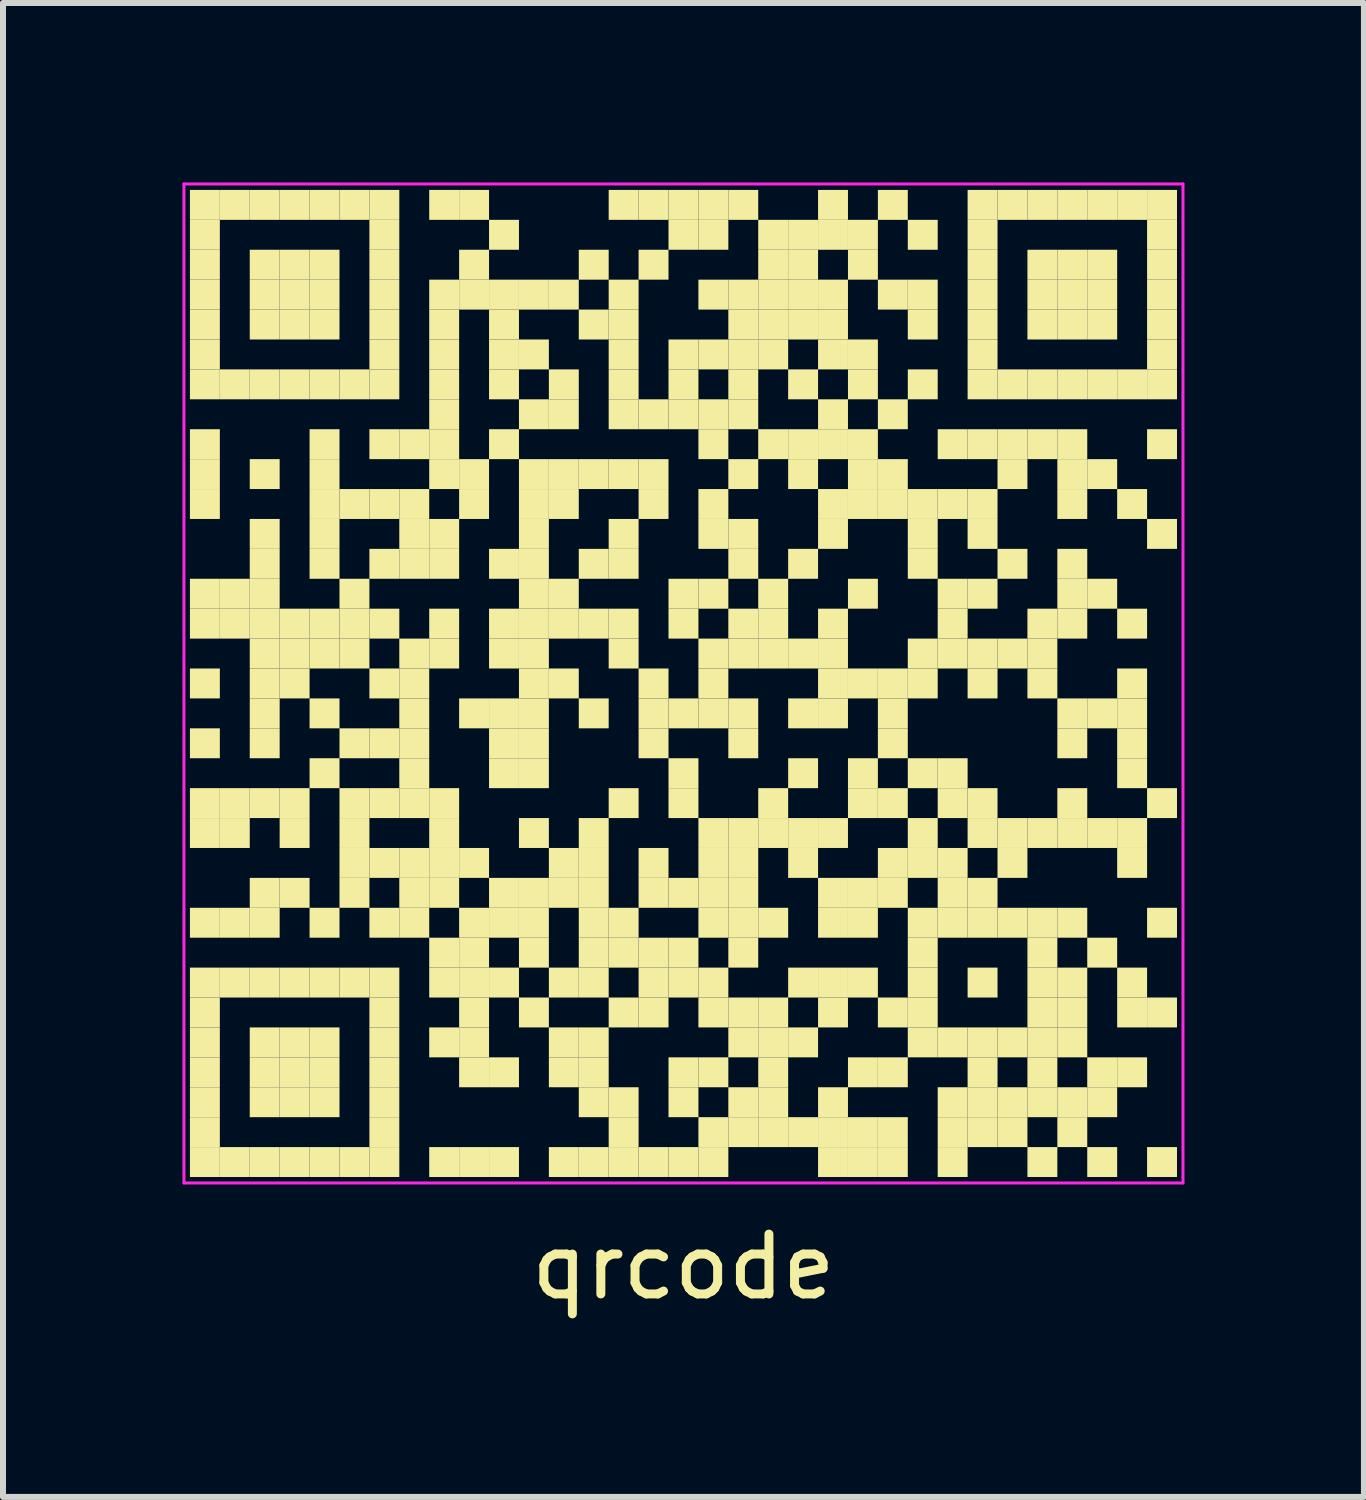
<source format=kicad_pcb>
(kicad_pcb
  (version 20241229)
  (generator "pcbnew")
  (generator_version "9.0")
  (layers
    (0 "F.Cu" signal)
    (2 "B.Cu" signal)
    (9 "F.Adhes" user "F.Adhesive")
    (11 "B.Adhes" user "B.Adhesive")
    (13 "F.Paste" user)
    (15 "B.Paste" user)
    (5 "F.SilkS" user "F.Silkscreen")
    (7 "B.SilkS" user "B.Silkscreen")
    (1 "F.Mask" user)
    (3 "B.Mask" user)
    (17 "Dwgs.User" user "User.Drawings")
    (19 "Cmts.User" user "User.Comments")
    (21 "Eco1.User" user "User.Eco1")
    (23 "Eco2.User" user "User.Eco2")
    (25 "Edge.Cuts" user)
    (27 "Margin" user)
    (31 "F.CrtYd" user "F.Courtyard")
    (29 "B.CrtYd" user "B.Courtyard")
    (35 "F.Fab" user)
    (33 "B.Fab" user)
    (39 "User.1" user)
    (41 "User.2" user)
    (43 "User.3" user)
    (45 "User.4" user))
  (footprint "qrcode"
    (layer "F.Cu")
    (at 8.375 8.375)
    (property "Reference" "qrcode" (at 0 9.75 0) (layer "F.SilkS") (effects (font (size 1 1) (thickness 0.15))))
    (fp_rect (start -8.25 -8.25) (end -7.75 -7.75) (stroke (width 0) (type default)) (fill yes) (layer "F.SilkS"))
    (fp_rect (start -8.25 -7.75) (end -7.75 -7.25) (stroke (width 0) (type default)) (fill yes) (layer "F.SilkS"))
    (fp_rect (start -8.25 -7.25) (end -7.75 -6.75) (stroke (width 0) (type default)) (fill yes) (layer "F.SilkS"))
    (fp_rect (start -8.25 -6.75) (end -7.75 -6.25) (stroke (width 0) (type default)) (fill yes) (layer "F.SilkS"))
    (fp_rect (start -8.25 -6.25) (end -7.75 -5.75) (stroke (width 0) (type default)) (fill yes) (layer "F.SilkS"))
    (fp_rect (start -8.25 -5.75) (end -7.75 -5.25) (stroke (width 0) (type default)) (fill yes) (layer "F.SilkS"))
    (fp_rect (start -8.25 -5.25) (end -7.75 -4.75) (stroke (width 0) (type default)) (fill yes) (layer "F.SilkS"))
    (fp_rect (start -8.25 -4.25) (end -7.75 -3.75) (stroke (width 0) (type default)) (fill yes) (layer "F.SilkS"))
    (fp_rect (start -8.25 -3.75) (end -7.75 -3.25) (stroke (width 0) (type default)) (fill yes) (layer "F.SilkS"))
    (fp_rect (start -8.25 -3.25) (end -7.75 -2.75) (stroke (width 0) (type default)) (fill yes) (layer "F.SilkS"))
    (fp_rect (start -8.25 -1.75) (end -7.75 -1.25) (stroke (width 0) (type default)) (fill yes) (layer "F.SilkS"))
    (fp_rect (start -8.25 -1.25) (end -7.75 -0.75) (stroke (width 0) (type default)) (fill yes) (layer "F.SilkS"))
    (fp_rect (start -8.25 -0.25) (end -7.75 0.25) (stroke (width 0) (type default)) (fill yes) (layer "F.SilkS"))
    (fp_rect (start -8.25 0.75) (end -7.75 1.25) (stroke (width 0) (type default)) (fill yes) (layer "F.SilkS"))
    (fp_rect (start -8.25 1.75) (end -7.75 2.25) (stroke (width 0) (type default)) (fill yes) (layer "F.SilkS"))
    (fp_rect (start -8.25 2.25) (end -7.75 2.75) (stroke (width 0) (type default)) (fill yes) (layer "F.SilkS"))
    (fp_rect (start -8.25 3.75) (end -7.75 4.25) (stroke (width 0) (type default)) (fill yes) (layer "F.SilkS"))
    (fp_rect (start -8.25 4.75) (end -7.75 5.25) (stroke (width 0) (type default)) (fill yes) (layer "F.SilkS"))
    (fp_rect (start -8.25 5.25) (end -7.75 5.75) (stroke (width 0) (type default)) (fill yes) (layer "F.SilkS"))
    (fp_rect (start -8.25 5.75) (end -7.75 6.25) (stroke (width 0) (type default)) (fill yes) (layer "F.SilkS"))
    (fp_rect (start -8.25 6.25) (end -7.75 6.75) (stroke (width 0) (type default)) (fill yes) (layer "F.SilkS"))
    (fp_rect (start -8.25 6.75) (end -7.75 7.25) (stroke (width 0) (type default)) (fill yes) (layer "F.SilkS"))
    (fp_rect (start -8.25 7.25) (end -7.75 7.75) (stroke (width 0) (type default)) (fill yes) (layer "F.SilkS"))
    (fp_rect (start -8.25 7.75) (end -7.75 8.25) (stroke (width 0) (type default)) (fill yes) (layer "F.SilkS"))
    (fp_rect (start -7.75 -8.25) (end -7.25 -7.75) (stroke (width 0) (type default)) (fill yes) (layer "F.SilkS"))
    (fp_rect (start -7.75 -5.25) (end -7.25 -4.75) (stroke (width 0) (type default)) (fill yes) (layer "F.SilkS"))
    (fp_rect (start -7.75 -1.75) (end -7.25 -1.25) (stroke (width 0) (type default)) (fill yes) (layer "F.SilkS"))
    (fp_rect (start -7.75 -1.25) (end -7.25 -0.75) (stroke (width 0) (type default)) (fill yes) (layer "F.SilkS"))
    (fp_rect (start -7.75 1.75) (end -7.25 2.25) (stroke (width 0) (type default)) (fill yes) (layer "F.SilkS"))
    (fp_rect (start -7.75 2.25) (end -7.25 2.75) (stroke (width 0) (type default)) (fill yes) (layer "F.SilkS"))
    (fp_rect (start -7.75 3.75) (end -7.25 4.25) (stroke (width 0) (type default)) (fill yes) (layer "F.SilkS"))
    (fp_rect (start -7.75 4.75) (end -7.25 5.25) (stroke (width 0) (type default)) (fill yes) (layer "F.SilkS"))
    (fp_rect (start -7.75 7.75) (end -7.25 8.25) (stroke (width 0) (type default)) (fill yes) (layer "F.SilkS"))
    (fp_rect (start -7.25 -8.25) (end -6.75 -7.75) (stroke (width 0) (type default)) (fill yes) (layer "F.SilkS"))
    (fp_rect (start -7.25 -7.25) (end -6.75 -6.75) (stroke (width 0) (type default)) (fill yes) (layer "F.SilkS"))
    (fp_rect (start -7.25 -6.75) (end -6.75 -6.25) (stroke (width 0) (type default)) (fill yes) (layer "F.SilkS"))
    (fp_rect (start -7.25 -6.25) (end -6.75 -5.75) (stroke (width 0) (type default)) (fill yes) (layer "F.SilkS"))
    (fp_rect (start -7.25 -5.25) (end -6.75 -4.75) (stroke (width 0) (type default)) (fill yes) (layer "F.SilkS"))
    (fp_rect (start -7.25 -3.75) (end -6.75 -3.25) (stroke (width 0) (type default)) (fill yes) (layer "F.SilkS"))
    (fp_rect (start -7.25 -2.75) (end -6.75 -2.25) (stroke (width 0) (type default)) (fill yes) (layer "F.SilkS"))
    (fp_rect (start -7.25 -2.25) (end -6.75 -1.75) (stroke (width 0) (type default)) (fill yes) (layer "F.SilkS"))
    (fp_rect (start -7.25 -1.75) (end -6.75 -1.25) (stroke (width 0) (type default)) (fill yes) (layer "F.SilkS"))
    (fp_rect (start -7.25 -1.25) (end -6.75 -0.75) (stroke (width 0) (type default)) (fill yes) (layer "F.SilkS"))
    (fp_rect (start -7.25 -0.75) (end -6.75 -0.25) (stroke (width 0) (type default)) (fill yes) (layer "F.SilkS"))
    (fp_rect (start -7.25 -0.25) (end -6.75 0.25) (stroke (width 0) (type default)) (fill yes) (layer "F.SilkS"))
    (fp_rect (start -7.25 0.25) (end -6.75 0.75) (stroke (width 0) (type default)) (fill yes) (layer "F.SilkS"))
    (fp_rect (start -7.25 0.75) (end -6.75 1.25) (stroke (width 0) (type default)) (fill yes) (layer "F.SilkS"))
    (fp_rect (start -7.25 1.75) (end -6.75 2.25) (stroke (width 0) (type default)) (fill yes) (layer "F.SilkS"))
    (fp_rect (start -7.25 3.25) (end -6.75 3.75) (stroke (width 0) (type default)) (fill yes) (layer "F.SilkS"))
    (fp_rect (start -7.25 3.75) (end -6.75 4.25) (stroke (width 0) (type default)) (fill yes) (layer "F.SilkS"))
    (fp_rect (start -7.25 4.75) (end -6.75 5.25) (stroke (width 0) (type default)) (fill yes) (layer "F.SilkS"))
    (fp_rect (start -7.25 5.75) (end -6.75 6.25) (stroke (width 0) (type default)) (fill yes) (layer "F.SilkS"))
    (fp_rect (start -7.25 6.25) (end -6.75 6.75) (stroke (width 0) (type default)) (fill yes) (layer "F.SilkS"))
    (fp_rect (start -7.25 6.75) (end -6.75 7.25) (stroke (width 0) (type default)) (fill yes) (layer "F.SilkS"))
    (fp_rect (start -7.25 7.75) (end -6.75 8.25) (stroke (width 0) (type default)) (fill yes) (layer "F.SilkS"))
    (fp_rect (start -6.75 -8.25) (end -6.25 -7.75) (stroke (width 0) (type default)) (fill yes) (layer "F.SilkS"))
    (fp_rect (start -6.75 -7.25) (end -6.25 -6.75) (stroke (width 0) (type default)) (fill yes) (layer "F.SilkS"))
    (fp_rect (start -6.75 -6.75) (end -6.25 -6.25) (stroke (width 0) (type default)) (fill yes) (layer "F.SilkS"))
    (fp_rect (start -6.75 -6.25) (end -6.25 -5.75) (stroke (width 0) (type default)) (fill yes) (layer "F.SilkS"))
    (fp_rect (start -6.75 -5.25) (end -6.25 -4.75) (stroke (width 0) (type default)) (fill yes) (layer "F.SilkS"))
    (fp_rect (start -6.75 -1.25) (end -6.25 -0.75) (stroke (width 0) (type default)) (fill yes) (layer "F.SilkS"))
    (fp_rect (start -6.75 -0.75) (end -6.25 -0.25) (stroke (width 0) (type default)) (fill yes) (layer "F.SilkS"))
    (fp_rect (start -6.75 -0.25) (end -6.25 0.25) (stroke (width 0) (type default)) (fill yes) (layer "F.SilkS"))
    (fp_rect (start -6.75 1.75) (end -6.25 2.25) (stroke (width 0) (type default)) (fill yes) (layer "F.SilkS"))
    (fp_rect (start -6.75 2.25) (end -6.25 2.75) (stroke (width 0) (type default)) (fill yes) (layer "F.SilkS"))
    (fp_rect (start -6.75 3.25) (end -6.25 3.75) (stroke (width 0) (type default)) (fill yes) (layer "F.SilkS"))
    (fp_rect (start -6.75 4.75) (end -6.25 5.25) (stroke (width 0) (type default)) (fill yes) (layer "F.SilkS"))
    (fp_rect (start -6.75 5.75) (end -6.25 6.25) (stroke (width 0) (type default)) (fill yes) (layer "F.SilkS"))
    (fp_rect (start -6.75 6.25) (end -6.25 6.75) (stroke (width 0) (type default)) (fill yes) (layer "F.SilkS"))
    (fp_rect (start -6.75 6.75) (end -6.25 7.25) (stroke (width 0) (type default)) (fill yes) (layer "F.SilkS"))
    (fp_rect (start -6.75 7.75) (end -6.25 8.25) (stroke (width 0) (type default)) (fill yes) (layer "F.SilkS"))
    (fp_rect (start -6.25 -8.25) (end -5.75 -7.75) (stroke (width 0) (type default)) (fill yes) (layer "F.SilkS"))
    (fp_rect (start -6.25 -7.25) (end -5.75 -6.75) (stroke (width 0) (type default)) (fill yes) (layer "F.SilkS"))
    (fp_rect (start -6.25 -6.75) (end -5.75 -6.25) (stroke (width 0) (type default)) (fill yes) (layer "F.SilkS"))
    (fp_rect (start -6.25 -6.25) (end -5.75 -5.75) (stroke (width 0) (type default)) (fill yes) (layer "F.SilkS"))
    (fp_rect (start -6.25 -5.25) (end -5.75 -4.75) (stroke (width 0) (type default)) (fill yes) (layer "F.SilkS"))
    (fp_rect (start -6.25 -4.25) (end -5.75 -3.75) (stroke (width 0) (type default)) (fill yes) (layer "F.SilkS"))
    (fp_rect (start -6.25 -3.75) (end -5.75 -3.25) (stroke (width 0) (type default)) (fill yes) (layer "F.SilkS"))
    (fp_rect (start -6.25 -3.25) (end -5.75 -2.75) (stroke (width 0) (type default)) (fill yes) (layer "F.SilkS"))
    (fp_rect (start -6.25 -2.75) (end -5.75 -2.25) (stroke (width 0) (type default)) (fill yes) (layer "F.SilkS"))
    (fp_rect (start -6.25 -2.25) (end -5.75 -1.75) (stroke (width 0) (type default)) (fill yes) (layer "F.SilkS"))
    (fp_rect (start -6.25 -1.25) (end -5.75 -0.75) (stroke (width 0) (type default)) (fill yes) (layer "F.SilkS"))
    (fp_rect (start -6.25 -0.75) (end -5.75 -0.25) (stroke (width 0) (type default)) (fill yes) (layer "F.SilkS"))
    (fp_rect (start -6.25 0.25) (end -5.75 0.75) (stroke (width 0) (type default)) (fill yes) (layer "F.SilkS"))
    (fp_rect (start -6.25 1.25) (end -5.75 1.75) (stroke (width 0) (type default)) (fill yes) (layer "F.SilkS"))
    (fp_rect (start -6.25 3.75) (end -5.75 4.25) (stroke (width 0) (type default)) (fill yes) (layer "F.SilkS"))
    (fp_rect (start -6.25 4.75) (end -5.75 5.25) (stroke (width 0) (type default)) (fill yes) (layer "F.SilkS"))
    (fp_rect (start -6.25 5.75) (end -5.75 6.25) (stroke (width 0) (type default)) (fill yes) (layer "F.SilkS"))
    (fp_rect (start -6.25 6.25) (end -5.75 6.75) (stroke (width 0) (type default)) (fill yes) (layer "F.SilkS"))
    (fp_rect (start -6.25 6.75) (end -5.75 7.25) (stroke (width 0) (type default)) (fill yes) (layer "F.SilkS"))
    (fp_rect (start -6.25 7.75) (end -5.75 8.25) (stroke (width 0) (type default)) (fill yes) (layer "F.SilkS"))
    (fp_rect (start -5.75 -8.25) (end -5.25 -7.75) (stroke (width 0) (type default)) (fill yes) (layer "F.SilkS"))
    (fp_rect (start -5.75 -5.25) (end -5.25 -4.75) (stroke (width 0) (type default)) (fill yes) (layer "F.SilkS"))
    (fp_rect (start -5.75 -3.25) (end -5.25 -2.75) (stroke (width 0) (type default)) (fill yes) (layer "F.SilkS"))
    (fp_rect (start -5.75 -1.75) (end -5.25 -1.25) (stroke (width 0) (type default)) (fill yes) (layer "F.SilkS"))
    (fp_rect (start -5.75 -1.25) (end -5.25 -0.75) (stroke (width 0) (type default)) (fill yes) (layer "F.SilkS"))
    (fp_rect (start -5.75 -0.75) (end -5.25 -0.25) (stroke (width 0) (type default)) (fill yes) (layer "F.SilkS"))
    (fp_rect (start -5.75 0.75) (end -5.25 1.25) (stroke (width 0) (type default)) (fill yes) (layer "F.SilkS"))
    (fp_rect (start -5.75 1.75) (end -5.25 2.25) (stroke (width 0) (type default)) (fill yes) (layer "F.SilkS"))
    (fp_rect (start -5.75 2.25) (end -5.25 2.75) (stroke (width 0) (type default)) (fill yes) (layer "F.SilkS"))
    (fp_rect (start -5.75 2.75) (end -5.25 3.25) (stroke (width 0) (type default)) (fill yes) (layer "F.SilkS"))
    (fp_rect (start -5.75 3.25) (end -5.25 3.75) (stroke (width 0) (type default)) (fill yes) (layer "F.SilkS"))
    (fp_rect (start -5.75 4.75) (end -5.25 5.25) (stroke (width 0) (type default)) (fill yes) (layer "F.SilkS"))
    (fp_rect (start -5.75 7.75) (end -5.25 8.25) (stroke (width 0) (type default)) (fill yes) (layer "F.SilkS"))
    (fp_rect (start -5.25 -8.25) (end -4.75 -7.75) (stroke (width 0) (type default)) (fill yes) (layer "F.SilkS"))
    (fp_rect (start -5.25 -7.75) (end -4.75 -7.25) (stroke (width 0) (type default)) (fill yes) (layer "F.SilkS"))
    (fp_rect (start -5.25 -7.25) (end -4.75 -6.75) (stroke (width 0) (type default)) (fill yes) (layer "F.SilkS"))
    (fp_rect (start -5.25 -6.75) (end -4.75 -6.25) (stroke (width 0) (type default)) (fill yes) (layer "F.SilkS"))
    (fp_rect (start -5.25 -6.25) (end -4.75 -5.75) (stroke (width 0) (type default)) (fill yes) (layer "F.SilkS"))
    (fp_rect (start -5.25 -5.75) (end -4.75 -5.25) (stroke (width 0) (type default)) (fill yes) (layer "F.SilkS"))
    (fp_rect (start -5.25 -5.25) (end -4.75 -4.75) (stroke (width 0) (type default)) (fill yes) (layer "F.SilkS"))
    (fp_rect (start -5.25 -4.25) (end -4.75 -3.75) (stroke (width 0) (type default)) (fill yes) (layer "F.SilkS"))
    (fp_rect (start -5.25 -3.25) (end -4.75 -2.75) (stroke (width 0) (type default)) (fill yes) (layer "F.SilkS"))
    (fp_rect (start -5.25 -2.25) (end -4.75 -1.75) (stroke (width 0) (type default)) (fill yes) (layer "F.SilkS"))
    (fp_rect (start -5.25 -1.25) (end -4.75 -0.75) (stroke (width 0) (type default)) (fill yes) (layer "F.SilkS"))
    (fp_rect (start -5.25 -0.25) (end -4.75 0.25) (stroke (width 0) (type default)) (fill yes) (layer "F.SilkS"))
    (fp_rect (start -5.25 0.75) (end -4.75 1.25) (stroke (width 0) (type default)) (fill yes) (layer "F.SilkS"))
    (fp_rect (start -5.25 1.75) (end -4.75 2.25) (stroke (width 0) (type default)) (fill yes) (layer "F.SilkS"))
    (fp_rect (start -5.25 2.75) (end -4.75 3.25) (stroke (width 0) (type default)) (fill yes) (layer "F.SilkS"))
    (fp_rect (start -5.25 3.75) (end -4.75 4.25) (stroke (width 0) (type default)) (fill yes) (layer "F.SilkS"))
    (fp_rect (start -5.25 4.75) (end -4.75 5.25) (stroke (width 0) (type default)) (fill yes) (layer "F.SilkS"))
    (fp_rect (start -5.25 5.25) (end -4.75 5.75) (stroke (width 0) (type default)) (fill yes) (layer "F.SilkS"))
    (fp_rect (start -5.25 5.75) (end -4.75 6.25) (stroke (width 0) (type default)) (fill yes) (layer "F.SilkS"))
    (fp_rect (start -5.25 6.25) (end -4.75 6.75) (stroke (width 0) (type default)) (fill yes) (layer "F.SilkS"))
    (fp_rect (start -5.25 6.75) (end -4.75 7.25) (stroke (width 0) (type default)) (fill yes) (layer "F.SilkS"))
    (fp_rect (start -5.25 7.25) (end -4.75 7.75) (stroke (width 0) (type default)) (fill yes) (layer "F.SilkS"))
    (fp_rect (start -5.25 7.75) (end -4.75 8.25) (stroke (width 0) (type default)) (fill yes) (layer "F.SilkS"))
    (fp_rect (start -4.75 -4.25) (end -4.25 -3.75) (stroke (width 0) (type default)) (fill yes) (layer "F.SilkS"))
    (fp_rect (start -4.75 -3.25) (end -4.25 -2.75) (stroke (width 0) (type default)) (fill yes) (layer "F.SilkS"))
    (fp_rect (start -4.75 -2.75) (end -4.25 -2.25) (stroke (width 0) (type default)) (fill yes) (layer "F.SilkS"))
    (fp_rect (start -4.75 -2.25) (end -4.25 -1.75) (stroke (width 0) (type default)) (fill yes) (layer "F.SilkS"))
    (fp_rect (start -4.75 -0.75) (end -4.25 -0.25) (stroke (width 0) (type default)) (fill yes) (layer "F.SilkS"))
    (fp_rect (start -4.75 -0.25) (end -4.25 0.25) (stroke (width 0) (type default)) (fill yes) (layer "F.SilkS"))
    (fp_rect (start -4.75 0.25) (end -4.25 0.75) (stroke (width 0) (type default)) (fill yes) (layer "F.SilkS"))
    (fp_rect (start -4.75 0.75) (end -4.25 1.25) (stroke (width 0) (type default)) (fill yes) (layer "F.SilkS"))
    (fp_rect (start -4.75 1.25) (end -4.25 1.75) (stroke (width 0) (type default)) (fill yes) (layer "F.SilkS"))
    (fp_rect (start -4.75 1.75) (end -4.25 2.25) (stroke (width 0) (type default)) (fill yes) (layer "F.SilkS"))
    (fp_rect (start -4.75 2.75) (end -4.25 3.25) (stroke (width 0) (type default)) (fill yes) (layer "F.SilkS"))
    (fp_rect (start -4.75 3.25) (end -4.25 3.75) (stroke (width 0) (type default)) (fill yes) (layer "F.SilkS"))
    (fp_rect (start -4.75 3.75) (end -4.25 4.25) (stroke (width 0) (type default)) (fill yes) (layer "F.SilkS"))
    (fp_rect (start -4.25 -8.25) (end -3.75 -7.75) (stroke (width 0) (type default)) (fill yes) (layer "F.SilkS"))
    (fp_rect (start -4.25 -6.75) (end -3.75 -6.25) (stroke (width 0) (type default)) (fill yes) (layer "F.SilkS"))
    (fp_rect (start -4.25 -6.25) (end -3.75 -5.75) (stroke (width 0) (type default)) (fill yes) (layer "F.SilkS"))
    (fp_rect (start -4.25 -5.75) (end -3.75 -5.25) (stroke (width 0) (type default)) (fill yes) (layer "F.SilkS"))
    (fp_rect (start -4.25 -5.25) (end -3.75 -4.75) (stroke (width 0) (type default)) (fill yes) (layer "F.SilkS"))
    (fp_rect (start -4.25 -4.75) (end -3.75 -4.25) (stroke (width 0) (type default)) (fill yes) (layer "F.SilkS"))
    (fp_rect (start -4.25 -4.25) (end -3.75 -3.75) (stroke (width 0) (type default)) (fill yes) (layer "F.SilkS"))
    (fp_rect (start -4.25 -3.75) (end -3.75 -3.25) (stroke (width 0) (type default)) (fill yes) (layer "F.SilkS"))
    (fp_rect (start -4.25 -2.75) (end -3.75 -2.25) (stroke (width 0) (type default)) (fill yes) (layer "F.SilkS"))
    (fp_rect (start -4.25 -2.25) (end -3.75 -1.75) (stroke (width 0) (type default)) (fill yes) (layer "F.SilkS"))
    (fp_rect (start -4.25 -1.25) (end -3.75 -0.75) (stroke (width 0) (type default)) (fill yes) (layer "F.SilkS"))
    (fp_rect (start -4.25 -0.75) (end -3.75 -0.25) (stroke (width 0) (type default)) (fill yes) (layer "F.SilkS"))
    (fp_rect (start -4.25 1.75) (end -3.75 2.25) (stroke (width 0) (type default)) (fill yes) (layer "F.SilkS"))
    (fp_rect (start -4.25 2.25) (end -3.75 2.75) (stroke (width 0) (type default)) (fill yes) (layer "F.SilkS"))
    (fp_rect (start -4.25 2.75) (end -3.75 3.25) (stroke (width 0) (type default)) (fill yes) (layer "F.SilkS"))
    (fp_rect (start -4.25 3.25) (end -3.75 3.75) (stroke (width 0) (type default)) (fill yes) (layer "F.SilkS"))
    (fp_rect (start -4.25 4.25) (end -3.75 4.75) (stroke (width 0) (type default)) (fill yes) (layer "F.SilkS"))
    (fp_rect (start -4.25 4.75) (end -3.75 5.25) (stroke (width 0) (type default)) (fill yes) (layer "F.SilkS"))
    (fp_rect (start -4.25 5.75) (end -3.75 6.25) (stroke (width 0) (type default)) (fill yes) (layer "F.SilkS"))
    (fp_rect (start -4.25 7.75) (end -3.75 8.25) (stroke (width 0) (type default)) (fill yes) (layer "F.SilkS"))
    (fp_rect (start -3.75 -8.25) (end -3.25 -7.75) (stroke (width 0) (type default)) (fill yes) (layer "F.SilkS"))
    (fp_rect (start -3.75 -7.25) (end -3.25 -6.75) (stroke (width 0) (type default)) (fill yes) (layer "F.SilkS"))
    (fp_rect (start -3.75 -6.75) (end -3.25 -6.25) (stroke (width 0) (type default)) (fill yes) (layer "F.SilkS"))
    (fp_rect (start -3.75 -3.75) (end -3.25 -3.25) (stroke (width 0) (type default)) (fill yes) (layer "F.SilkS"))
    (fp_rect (start -3.75 -3.25) (end -3.25 -2.75) (stroke (width 0) (type default)) (fill yes) (layer "F.SilkS"))
    (fp_rect (start -3.75 0.25) (end -3.25 0.75) (stroke (width 0) (type default)) (fill yes) (layer "F.SilkS"))
    (fp_rect (start -3.75 2.75) (end -3.25 3.25) (stroke (width 0) (type default)) (fill yes) (layer "F.SilkS"))
    (fp_rect (start -3.75 3.75) (end -3.25 4.25) (stroke (width 0) (type default)) (fill yes) (layer "F.SilkS"))
    (fp_rect (start -3.75 4.25) (end -3.25 4.75) (stroke (width 0) (type default)) (fill yes) (layer "F.SilkS"))
    (fp_rect (start -3.75 4.75) (end -3.25 5.25) (stroke (width 0) (type default)) (fill yes) (layer "F.SilkS"))
    (fp_rect (start -3.75 5.25) (end -3.25 5.75) (stroke (width 0) (type default)) (fill yes) (layer "F.SilkS"))
    (fp_rect (start -3.75 5.75) (end -3.25 6.25) (stroke (width 0) (type default)) (fill yes) (layer "F.SilkS"))
    (fp_rect (start -3.75 6.25) (end -3.25 6.75) (stroke (width 0) (type default)) (fill yes) (layer "F.SilkS"))
    (fp_rect (start -3.75 7.75) (end -3.25 8.25) (stroke (width 0) (type default)) (fill yes) (layer "F.SilkS"))
    (fp_rect (start -3.25 -7.75) (end -2.75 -7.25) (stroke (width 0) (type default)) (fill yes) (layer "F.SilkS"))
    (fp_rect (start -3.25 -6.75) (end -2.75 -6.25) (stroke (width 0) (type default)) (fill yes) (layer "F.SilkS"))
    (fp_rect (start -3.25 -6.25) (end -2.75 -5.75) (stroke (width 0) (type default)) (fill yes) (layer "F.SilkS"))
    (fp_rect (start -3.25 -5.75) (end -2.75 -5.25) (stroke (width 0) (type default)) (fill yes) (layer "F.SilkS"))
    (fp_rect (start -3.25 -5.25) (end -2.75 -4.75) (stroke (width 0) (type default)) (fill yes) (layer "F.SilkS"))
    (fp_rect (start -3.25 -4.25) (end -2.75 -3.75) (stroke (width 0) (type default)) (fill yes) (layer "F.SilkS"))
    (fp_rect (start -3.25 -2.25) (end -2.75 -1.75) (stroke (width 0) (type default)) (fill yes) (layer "F.SilkS"))
    (fp_rect (start -3.25 -1.25) (end -2.75 -0.75) (stroke (width 0) (type default)) (fill yes) (layer "F.SilkS"))
    (fp_rect (start -3.25 -0.75) (end -2.75 -0.25) (stroke (width 0) (type default)) (fill yes) (layer "F.SilkS"))
    (fp_rect (start -3.25 0.25) (end -2.75 0.75) (stroke (width 0) (type default)) (fill yes) (layer "F.SilkS"))
    (fp_rect (start -3.25 0.75) (end -2.75 1.25) (stroke (width 0) (type default)) (fill yes) (layer "F.SilkS"))
    (fp_rect (start -3.25 1.25) (end -2.75 1.75) (stroke (width 0) (type default)) (fill yes) (layer "F.SilkS"))
    (fp_rect (start -3.25 3.25) (end -2.75 3.75) (stroke (width 0) (type default)) (fill yes) (layer "F.SilkS"))
    (fp_rect (start -3.25 3.75) (end -2.75 4.25) (stroke (width 0) (type default)) (fill yes) (layer "F.SilkS"))
    (fp_rect (start -3.25 4.75) (end -2.75 5.25) (stroke (width 0) (type default)) (fill yes) (layer "F.SilkS"))
    (fp_rect (start -3.25 6.25) (end -2.75 6.75) (stroke (width 0) (type default)) (fill yes) (layer "F.SilkS"))
    (fp_rect (start -3.25 7.75) (end -2.75 8.25) (stroke (width 0) (type default)) (fill yes) (layer "F.SilkS"))
    (fp_rect (start -2.75 -6.75) (end -2.25 -6.25) (stroke (width 0) (type default)) (fill yes) (layer "F.SilkS"))
    (fp_rect (start -2.75 -5.75) (end -2.25 -5.25) (stroke (width 0) (type default)) (fill yes) (layer "F.SilkS"))
    (fp_rect (start -2.75 -4.75) (end -2.25 -4.25) (stroke (width 0) (type default)) (fill yes) (layer "F.SilkS"))
    (fp_rect (start -2.75 -3.75) (end -2.25 -3.25) (stroke (width 0) (type default)) (fill yes) (layer "F.SilkS"))
    (fp_rect (start -2.75 -3.25) (end -2.25 -2.75) (stroke (width 0) (type default)) (fill yes) (layer "F.SilkS"))
    (fp_rect (start -2.75 -2.75) (end -2.25 -2.25) (stroke (width 0) (type default)) (fill yes) (layer "F.SilkS"))
    (fp_rect (start -2.75 -2.25) (end -2.25 -1.75) (stroke (width 0) (type default)) (fill yes) (layer "F.SilkS"))
    (fp_rect (start -2.75 -1.75) (end -2.25 -1.25) (stroke (width 0) (type default)) (fill yes) (layer "F.SilkS"))
    (fp_rect (start -2.75 -1.25) (end -2.25 -0.75) (stroke (width 0) (type default)) (fill yes) (layer "F.SilkS"))
    (fp_rect (start -2.75 -0.75) (end -2.25 -0.25) (stroke (width 0) (type default)) (fill yes) (layer "F.SilkS"))
    (fp_rect (start -2.75 -0.25) (end -2.25 0.25) (stroke (width 0) (type default)) (fill yes) (layer "F.SilkS"))
    (fp_rect (start -2.75 0.25) (end -2.25 0.75) (stroke (width 0) (type default)) (fill yes) (layer "F.SilkS"))
    (fp_rect (start -2.75 0.75) (end -2.25 1.25) (stroke (width 0) (type default)) (fill yes) (layer "F.SilkS"))
    (fp_rect (start -2.75 1.25) (end -2.25 1.75) (stroke (width 0) (type default)) (fill yes) (layer "F.SilkS"))
    (fp_rect (start -2.75 2.25) (end -2.25 2.75) (stroke (width 0) (type default)) (fill yes) (layer "F.SilkS"))
    (fp_rect (start -2.75 3.25) (end -2.25 3.75) (stroke (width 0) (type default)) (fill yes) (layer "F.SilkS"))
    (fp_rect (start -2.75 3.75) (end -2.25 4.25) (stroke (width 0) (type default)) (fill yes) (layer "F.SilkS"))
    (fp_rect (start -2.75 4.25) (end -2.25 4.75) (stroke (width 0) (type default)) (fill yes) (layer "F.SilkS"))
    (fp_rect (start -2.75 5.25) (end -2.25 5.75) (stroke (width 0) (type default)) (fill yes) (layer "F.SilkS"))
    (fp_rect (start -2.25 -6.75) (end -1.75 -6.25) (stroke (width 0) (type default)) (fill yes) (layer "F.SilkS"))
    (fp_rect (start -2.25 -5.25) (end -1.75 -4.75) (stroke (width 0) (type default)) (fill yes) (layer "F.SilkS"))
    (fp_rect (start -2.25 -4.75) (end -1.75 -4.25) (stroke (width 0) (type default)) (fill yes) (layer "F.SilkS"))
    (fp_rect (start -2.25 -3.75) (end -1.75 -3.25) (stroke (width 0) (type default)) (fill yes) (layer "F.SilkS"))
    (fp_rect (start -2.25 -3.25) (end -1.75 -2.75) (stroke (width 0) (type default)) (fill yes) (layer "F.SilkS"))
    (fp_rect (start -2.25 -1.75) (end -1.75 -1.25) (stroke (width 0) (type default)) (fill yes) (layer "F.SilkS"))
    (fp_rect (start -2.25 -1.25) (end -1.75 -0.75) (stroke (width 0) (type default)) (fill yes) (layer "F.SilkS"))
    (fp_rect (start -2.25 -0.25) (end -1.75 0.25) (stroke (width 0) (type default)) (fill yes) (layer "F.SilkS"))
    (fp_rect (start -2.25 2.75) (end -1.75 3.25) (stroke (width 0) (type default)) (fill yes) (layer "F.SilkS"))
    (fp_rect (start -2.25 3.25) (end -1.75 3.75) (stroke (width 0) (type default)) (fill yes) (layer "F.SilkS"))
    (fp_rect (start -2.25 4.75) (end -1.75 5.25) (stroke (width 0) (type default)) (fill yes) (layer "F.SilkS"))
    (fp_rect (start -2.25 5.75) (end -1.75 6.25) (stroke (width 0) (type default)) (fill yes) (layer "F.SilkS"))
    (fp_rect (start -2.25 6.25) (end -1.75 6.75) (stroke (width 0) (type default)) (fill yes) (layer "F.SilkS"))
    (fp_rect (start -2.25 7.75) (end -1.75 8.25) (stroke (width 0) (type default)) (fill yes) (layer "F.SilkS"))
    (fp_rect (start -1.75 -7.25) (end -1.25 -6.75) (stroke (width 0) (type default)) (fill yes) (layer "F.SilkS"))
    (fp_rect (start -1.75 -6.25) (end -1.25 -5.75) (stroke (width 0) (type default)) (fill yes) (layer "F.SilkS"))
    (fp_rect (start -1.75 -3.75) (end -1.25 -3.25) (stroke (width 0) (type default)) (fill yes) (layer "F.SilkS"))
    (fp_rect (start -1.75 -2.25) (end -1.25 -1.75) (stroke (width 0) (type default)) (fill yes) (layer "F.SilkS"))
    (fp_rect (start -1.75 -1.25) (end -1.25 -0.75) (stroke (width 0) (type default)) (fill yes) (layer "F.SilkS"))
    (fp_rect (start -1.75 0.25) (end -1.25 0.75) (stroke (width 0) (type default)) (fill yes) (layer "F.SilkS"))
    (fp_rect (start -1.75 2.25) (end -1.25 2.75) (stroke (width 0) (type default)) (fill yes) (layer "F.SilkS"))
    (fp_rect (start -1.75 2.75) (end -1.25 3.25) (stroke (width 0) (type default)) (fill yes) (layer "F.SilkS"))
    (fp_rect (start -1.75 3.25) (end -1.25 3.75) (stroke (width 0) (type default)) (fill yes) (layer "F.SilkS"))
    (fp_rect (start -1.75 3.75) (end -1.25 4.25) (stroke (width 0) (type default)) (fill yes) (layer "F.SilkS"))
    (fp_rect (start -1.75 4.25) (end -1.25 4.75) (stroke (width 0) (type default)) (fill yes) (layer "F.SilkS"))
    (fp_rect (start -1.75 4.75) (end -1.25 5.25) (stroke (width 0) (type default)) (fill yes) (layer "F.SilkS"))
    (fp_rect (start -1.75 5.75) (end -1.25 6.25) (stroke (width 0) (type default)) (fill yes) (layer "F.SilkS"))
    (fp_rect (start -1.75 6.25) (end -1.25 6.75) (stroke (width 0) (type default)) (fill yes) (layer "F.SilkS"))
    (fp_rect (start -1.75 6.75) (end -1.25 7.25) (stroke (width 0) (type default)) (fill yes) (layer "F.SilkS"))
    (fp_rect (start -1.75 7.75) (end -1.25 8.25) (stroke (width 0) (type default)) (fill yes) (layer "F.SilkS"))
    (fp_rect (start -1.25 -8.25) (end -0.75 -7.75) (stroke (width 0) (type default)) (fill yes) (layer "F.SilkS"))
    (fp_rect (start -1.25 -6.75) (end -0.75 -6.25) (stroke (width 0) (type default)) (fill yes) (layer "F.SilkS"))
    (fp_rect (start -1.25 -6.25) (end -0.75 -5.75) (stroke (width 0) (type default)) (fill yes) (layer "F.SilkS"))
    (fp_rect (start -1.25 -5.75) (end -0.75 -5.25) (stroke (width 0) (type default)) (fill yes) (layer "F.SilkS"))
    (fp_rect (start -1.25 -5.25) (end -0.75 -4.75) (stroke (width 0) (type default)) (fill yes) (layer "F.SilkS"))
    (fp_rect (start -1.25 -4.75) (end -0.75 -4.25) (stroke (width 0) (type default)) (fill yes) (layer "F.SilkS"))
    (fp_rect (start -1.25 -3.75) (end -0.75 -3.25) (stroke (width 0) (type default)) (fill yes) (layer "F.SilkS"))
    (fp_rect (start -1.25 -2.75) (end -0.75 -2.25) (stroke (width 0) (type default)) (fill yes) (layer "F.SilkS"))
    (fp_rect (start -1.25 -2.25) (end -0.75 -1.75) (stroke (width 0) (type default)) (fill yes) (layer "F.SilkS"))
    (fp_rect (start -1.25 -1.25) (end -0.75 -0.75) (stroke (width 0) (type default)) (fill yes) (layer "F.SilkS"))
    (fp_rect (start -1.25 -0.75) (end -0.75 -0.25) (stroke (width 0) (type default)) (fill yes) (layer "F.SilkS"))
    (fp_rect (start -1.25 1.75) (end -0.75 2.25) (stroke (width 0) (type default)) (fill yes) (layer "F.SilkS"))
    (fp_rect (start -1.25 3.75) (end -0.75 4.25) (stroke (width 0) (type default)) (fill yes) (layer "F.SilkS"))
    (fp_rect (start -1.25 4.25) (end -0.75 4.75) (stroke (width 0) (type default)) (fill yes) (layer "F.SilkS"))
    (fp_rect (start -1.25 5.25) (end -0.75 5.75) (stroke (width 0) (type default)) (fill yes) (layer "F.SilkS"))
    (fp_rect (start -1.25 6.75) (end -0.75 7.25) (stroke (width 0) (type default)) (fill yes) (layer "F.SilkS"))
    (fp_rect (start -1.25 7.25) (end -0.75 7.75) (stroke (width 0) (type default)) (fill yes) (layer "F.SilkS"))
    (fp_rect (start -1.25 7.75) (end -0.75 8.25) (stroke (width 0) (type default)) (fill yes) (layer "F.SilkS"))
    (fp_rect (start -0.75 -8.25) (end -0.25 -7.75) (stroke (width 0) (type default)) (fill yes) (layer "F.SilkS"))
    (fp_rect (start -0.75 -7.25) (end -0.25 -6.75) (stroke (width 0) (type default)) (fill yes) (layer "F.SilkS"))
    (fp_rect (start -0.75 -4.75) (end -0.25 -4.25) (stroke (width 0) (type default)) (fill yes) (layer "F.SilkS"))
    (fp_rect (start -0.75 -3.75) (end -0.25 -3.25) (stroke (width 0) (type default)) (fill yes) (layer "F.SilkS"))
    (fp_rect (start -0.75 -3.25) (end -0.25 -2.75) (stroke (width 0) (type default)) (fill yes) (layer "F.SilkS"))
    (fp_rect (start -0.75 -0.25) (end -0.25 0.25) (stroke (width 0) (type default)) (fill yes) (layer "F.SilkS"))
    (fp_rect (start -0.75 0.25) (end -0.25 0.75) (stroke (width 0) (type default)) (fill yes) (layer "F.SilkS"))
    (fp_rect (start -0.75 0.75) (end -0.25 1.25) (stroke (width 0) (type default)) (fill yes) (layer "F.SilkS"))
    (fp_rect (start -0.75 2.75) (end -0.25 3.25) (stroke (width 0) (type default)) (fill yes) (layer "F.SilkS"))
    (fp_rect (start -0.75 3.25) (end -0.25 3.75) (stroke (width 0) (type default)) (fill yes) (layer "F.SilkS"))
    (fp_rect (start -0.75 4.25) (end -0.25 4.75) (stroke (width 0) (type default)) (fill yes) (layer "F.SilkS"))
    (fp_rect (start -0.75 4.75) (end -0.25 5.25) (stroke (width 0) (type default)) (fill yes) (layer "F.SilkS"))
    (fp_rect (start -0.75 5.25) (end -0.25 5.75) (stroke (width 0) (type default)) (fill yes) (layer "F.SilkS"))
    (fp_rect (start -0.75 7.75) (end -0.25 8.25) (stroke (width 0) (type default)) (fill yes) (layer "F.SilkS"))
    (fp_rect (start -0.25 -8.25) (end 0.25 -7.75) (stroke (width 0) (type default)) (fill yes) (layer "F.SilkS"))
    (fp_rect (start -0.25 -7.75) (end 0.25 -7.25) (stroke (width 0) (type default)) (fill yes) (layer "F.SilkS"))
    (fp_rect (start -0.25 -5.75) (end 0.25 -5.25) (stroke (width 0) (type default)) (fill yes) (layer "F.SilkS"))
    (fp_rect (start -0.25 -5.25) (end 0.25 -4.75) (stroke (width 0) (type default)) (fill yes) (layer "F.SilkS"))
    (fp_rect (start -0.25 -4.75) (end 0.25 -4.25) (stroke (width 0) (type default)) (fill yes) (layer "F.SilkS"))
    (fp_rect (start -0.25 -1.75) (end 0.25 -1.25) (stroke (width 0) (type default)) (fill yes) (layer "F.SilkS"))
    (fp_rect (start -0.25 -1.25) (end 0.25 -0.75) (stroke (width 0) (type default)) (fill yes) (layer "F.SilkS"))
    (fp_rect (start -0.25 0.25) (end 0.25 0.75) (stroke (width 0) (type default)) (fill yes) (layer "F.SilkS"))
    (fp_rect (start -0.25 1.25) (end 0.25 1.75) (stroke (width 0) (type default)) (fill yes) (layer "F.SilkS"))
    (fp_rect (start -0.25 1.75) (end 0.25 2.25) (stroke (width 0) (type default)) (fill yes) (layer "F.SilkS"))
    (fp_rect (start -0.25 3.25) (end 0.25 3.75) (stroke (width 0) (type default)) (fill yes) (layer "F.SilkS"))
    (fp_rect (start -0.25 4.25) (end 0.25 4.75) (stroke (width 0) (type default)) (fill yes) (layer "F.SilkS"))
    (fp_rect (start -0.25 4.75) (end 0.25 5.25) (stroke (width 0) (type default)) (fill yes) (layer "F.SilkS"))
    (fp_rect (start -0.25 6.25) (end 0.25 6.75) (stroke (width 0) (type default)) (fill yes) (layer "F.SilkS"))
    (fp_rect (start -0.25 6.75) (end 0.25 7.25) (stroke (width 0) (type default)) (fill yes) (layer "F.SilkS"))
    (fp_rect (start -0.25 7.75) (end 0.25 8.25) (stroke (width 0) (type default)) (fill yes) (layer "F.SilkS"))
    (fp_rect (start 0.25 -8.25) (end 0.75 -7.75) (stroke (width 0) (type default)) (fill yes) (layer "F.SilkS"))
    (fp_rect (start 0.25 -7.75) (end 0.75 -7.25) (stroke (width 0) (type default)) (fill yes) (layer "F.SilkS"))
    (fp_rect (start 0.25 -6.75) (end 0.75 -6.25) (stroke (width 0) (type default)) (fill yes) (layer "F.SilkS"))
    (fp_rect (start 0.25 -5.75) (end 0.75 -5.25) (stroke (width 0) (type default)) (fill yes) (layer "F.SilkS"))
    (fp_rect (start 0.25 -4.75) (end 0.75 -4.25) (stroke (width 0) (type default)) (fill yes) (layer "F.SilkS"))
    (fp_rect (start 0.25 -4.25) (end 0.75 -3.75) (stroke (width 0) (type default)) (fill yes) (layer "F.SilkS"))
    (fp_rect (start 0.25 -3.25) (end 0.75 -2.75) (stroke (width 0) (type default)) (fill yes) (layer "F.SilkS"))
    (fp_rect (start 0.25 -2.75) (end 0.75 -2.25) (stroke (width 0) (type default)) (fill yes) (layer "F.SilkS"))
    (fp_rect (start 0.25 -1.75) (end 0.75 -1.25) (stroke (width 0) (type default)) (fill yes) (layer "F.SilkS"))
    (fp_rect (start 0.25 -0.75) (end 0.75 -0.25) (stroke (width 0) (type default)) (fill yes) (layer "F.SilkS"))
    (fp_rect (start 0.25 -0.25) (end 0.75 0.25) (stroke (width 0) (type default)) (fill yes) (layer "F.SilkS"))
    (fp_rect (start 0.25 0.25) (end 0.75 0.75) (stroke (width 0) (type default)) (fill yes) (layer "F.SilkS"))
    (fp_rect (start 0.25 2.25) (end 0.75 2.75) (stroke (width 0) (type default)) (fill yes) (layer "F.SilkS"))
    (fp_rect (start 0.25 2.75) (end 0.75 3.25) (stroke (width 0) (type default)) (fill yes) (layer "F.SilkS"))
    (fp_rect (start 0.25 3.25) (end 0.75 3.75) (stroke (width 0) (type default)) (fill yes) (layer "F.SilkS"))
    (fp_rect (start 0.25 3.75) (end 0.75 4.25) (stroke (width 0) (type default)) (fill yes) (layer "F.SilkS"))
    (fp_rect (start 0.25 4.75) (end 0.75 5.25) (stroke (width 0) (type default)) (fill yes) (layer "F.SilkS"))
    (fp_rect (start 0.25 5.25) (end 0.75 5.75) (stroke (width 0) (type default)) (fill yes) (layer "F.SilkS"))
    (fp_rect (start 0.25 6.25) (end 0.75 6.75) (stroke (width 0) (type default)) (fill yes) (layer "F.SilkS"))
    (fp_rect (start 0.25 7.25) (end 0.75 7.75) (stroke (width 0) (type default)) (fill yes) (layer "F.SilkS"))
    (fp_rect (start 0.25 7.75) (end 0.75 8.25) (stroke (width 0) (type default)) (fill yes) (layer "F.SilkS"))
    (fp_rect (start 0.75 -8.25) (end 1.25 -7.75) (stroke (width 0) (type default)) (fill yes) (layer "F.SilkS"))
    (fp_rect (start 0.75 -6.75) (end 1.25 -6.25) (stroke (width 0) (type default)) (fill yes) (layer "F.SilkS"))
    (fp_rect (start 0.75 -6.25) (end 1.25 -5.75) (stroke (width 0) (type default)) (fill yes) (layer "F.SilkS"))
    (fp_rect (start 0.75 -5.75) (end 1.25 -5.25) (stroke (width 0) (type default)) (fill yes) (layer "F.SilkS"))
    (fp_rect (start 0.75 -5.25) (end 1.25 -4.75) (stroke (width 0) (type default)) (fill yes) (layer "F.SilkS"))
    (fp_rect (start 0.75 -4.75) (end 1.25 -4.25) (stroke (width 0) (type default)) (fill yes) (layer "F.SilkS"))
    (fp_rect (start 0.75 -3.75) (end 1.25 -3.25) (stroke (width 0) (type default)) (fill yes) (layer "F.SilkS"))
    (fp_rect (start 0.75 -2.75) (end 1.25 -2.25) (stroke (width 0) (type default)) (fill yes) (layer "F.SilkS"))
    (fp_rect (start 0.75 -2.25) (end 1.25 -1.75) (stroke (width 0) (type default)) (fill yes) (layer "F.SilkS"))
    (fp_rect (start 0.75 -1.25) (end 1.25 -0.75) (stroke (width 0) (type default)) (fill yes) (layer "F.SilkS"))
    (fp_rect (start 0.75 -0.75) (end 1.25 -0.25) (stroke (width 0) (type default)) (fill yes) (layer "F.SilkS"))
    (fp_rect (start 0.75 0.25) (end 1.25 0.75) (stroke (width 0) (type default)) (fill yes) (layer "F.SilkS"))
    (fp_rect (start 0.75 0.75) (end 1.25 1.25) (stroke (width 0) (type default)) (fill yes) (layer "F.SilkS"))
    (fp_rect (start 0.75 2.25) (end 1.25 2.75) (stroke (width 0) (type default)) (fill yes) (layer "F.SilkS"))
    (fp_rect (start 0.75 2.75) (end 1.25 3.25) (stroke (width 0) (type default)) (fill yes) (layer "F.SilkS"))
    (fp_rect (start 0.75 3.25) (end 1.25 3.75) (stroke (width 0) (type default)) (fill yes) (layer "F.SilkS"))
    (fp_rect (start 0.75 3.75) (end 1.25 4.25) (stroke (width 0) (type default)) (fill yes) (layer "F.SilkS"))
    (fp_rect (start 0.75 4.25) (end 1.25 4.75) (stroke (width 0) (type default)) (fill yes) (layer "F.SilkS"))
    (fp_rect (start 0.75 5.25) (end 1.25 5.75) (stroke (width 0) (type default)) (fill yes) (layer "F.SilkS"))
    (fp_rect (start 0.75 5.75) (end 1.25 6.25) (stroke (width 0) (type default)) (fill yes) (layer "F.SilkS"))
    (fp_rect (start 0.75 6.75) (end 1.25 7.25) (stroke (width 0) (type default)) (fill yes) (layer "F.SilkS"))
    (fp_rect (start 0.75 7.25) (end 1.25 7.75) (stroke (width 0) (type default)) (fill yes) (layer "F.SilkS"))
    (fp_rect (start 1.25 -7.75) (end 1.75 -7.25) (stroke (width 0) (type default)) (fill yes) (layer "F.SilkS"))
    (fp_rect (start 1.25 -7.25) (end 1.75 -6.75) (stroke (width 0) (type default)) (fill yes) (layer "F.SilkS"))
    (fp_rect (start 1.25 -6.75) (end 1.75 -6.25) (stroke (width 0) (type default)) (fill yes) (layer "F.SilkS"))
    (fp_rect (start 1.25 -6.25) (end 1.75 -5.75) (stroke (width 0) (type default)) (fill yes) (layer "F.SilkS"))
    (fp_rect (start 1.25 -5.75) (end 1.75 -5.25) (stroke (width 0) (type default)) (fill yes) (layer "F.SilkS"))
    (fp_rect (start 1.25 -4.25) (end 1.75 -3.75) (stroke (width 0) (type default)) (fill yes) (layer "F.SilkS"))
    (fp_rect (start 1.25 -1.75) (end 1.75 -1.25) (stroke (width 0) (type default)) (fill yes) (layer "F.SilkS"))
    (fp_rect (start 1.25 -1.25) (end 1.75 -0.75) (stroke (width 0) (type default)) (fill yes) (layer "F.SilkS"))
    (fp_rect (start 1.25 -0.75) (end 1.75 -0.25) (stroke (width 0) (type default)) (fill yes) (layer "F.SilkS"))
    (fp_rect (start 1.25 1.75) (end 1.75 2.25) (stroke (width 0) (type default)) (fill yes) (layer "F.SilkS"))
    (fp_rect (start 1.25 2.25) (end 1.75 2.75) (stroke (width 0) (type default)) (fill yes) (layer "F.SilkS"))
    (fp_rect (start 1.25 3.75) (end 1.75 4.25) (stroke (width 0) (type default)) (fill yes) (layer "F.SilkS"))
    (fp_rect (start 1.25 5.25) (end 1.75 5.75) (stroke (width 0) (type default)) (fill yes) (layer "F.SilkS"))
    (fp_rect (start 1.25 5.75) (end 1.75 6.25) (stroke (width 0) (type default)) (fill yes) (layer "F.SilkS"))
    (fp_rect (start 1.25 6.25) (end 1.75 6.75) (stroke (width 0) (type default)) (fill yes) (layer "F.SilkS"))
    (fp_rect (start 1.25 6.75) (end 1.75 7.25) (stroke (width 0) (type default)) (fill yes) (layer "F.SilkS"))
    (fp_rect (start 1.25 7.25) (end 1.75 7.75) (stroke (width 0) (type default)) (fill yes) (layer "F.SilkS"))
    (fp_rect (start 1.75 -7.75) (end 2.25 -7.25) (stroke (width 0) (type default)) (fill yes) (layer "F.SilkS"))
    (fp_rect (start 1.75 -7.25) (end 2.25 -6.75) (stroke (width 0) (type default)) (fill yes) (layer "F.SilkS"))
    (fp_rect (start 1.75 -6.75) (end 2.25 -6.25) (stroke (width 0) (type default)) (fill yes) (layer "F.SilkS"))
    (fp_rect (start 1.75 -6.25) (end 2.25 -5.75) (stroke (width 0) (type default)) (fill yes) (layer "F.SilkS"))
    (fp_rect (start 1.75 -5.25) (end 2.25 -4.75) (stroke (width 0) (type default)) (fill yes) (layer "F.SilkS"))
    (fp_rect (start 1.75 -4.25) (end 2.25 -3.75) (stroke (width 0) (type default)) (fill yes) (layer "F.SilkS"))
    (fp_rect (start 1.75 -3.75) (end 2.25 -3.25) (stroke (width 0) (type default)) (fill yes) (layer "F.SilkS"))
    (fp_rect (start 1.75 -2.25) (end 2.25 -1.75) (stroke (width 0) (type default)) (fill yes) (layer "F.SilkS"))
    (fp_rect (start 1.75 -0.75) (end 2.25 -0.25) (stroke (width 0) (type default)) (fill yes) (layer "F.SilkS"))
    (fp_rect (start 1.75 0.25) (end 2.25 0.75) (stroke (width 0) (type default)) (fill yes) (layer "F.SilkS"))
    (fp_rect (start 1.75 1.25) (end 2.25 1.75) (stroke (width 0) (type default)) (fill yes) (layer "F.SilkS"))
    (fp_rect (start 1.75 2.25) (end 2.25 2.75) (stroke (width 0) (type default)) (fill yes) (layer "F.SilkS"))
    (fp_rect (start 1.75 2.75) (end 2.25 3.25) (stroke (width 0) (type default)) (fill yes) (layer "F.SilkS"))
    (fp_rect (start 1.75 4.75) (end 2.25 5.25) (stroke (width 0) (type default)) (fill yes) (layer "F.SilkS"))
    (fp_rect (start 1.75 5.75) (end 2.25 6.25) (stroke (width 0) (type default)) (fill yes) (layer "F.SilkS"))
    (fp_rect (start 1.75 7.25) (end 2.25 7.75) (stroke (width 0) (type default)) (fill yes) (layer "F.SilkS"))
    (fp_rect (start 2.25 -8.25) (end 2.75 -7.75) (stroke (width 0) (type default)) (fill yes) (layer "F.SilkS"))
    (fp_rect (start 2.25 -7.75) (end 2.75 -7.25) (stroke (width 0) (type default)) (fill yes) (layer "F.SilkS"))
    (fp_rect (start 2.25 -6.75) (end 2.75 -6.25) (stroke (width 0) (type default)) (fill yes) (layer "F.SilkS"))
    (fp_rect (start 2.25 -6.25) (end 2.75 -5.75) (stroke (width 0) (type default)) (fill yes) (layer "F.SilkS"))
    (fp_rect (start 2.25 -5.75) (end 2.75 -5.25) (stroke (width 0) (type default)) (fill yes) (layer "F.SilkS"))
    (fp_rect (start 2.25 -4.75) (end 2.75 -4.25) (stroke (width 0) (type default)) (fill yes) (layer "F.SilkS"))
    (fp_rect (start 2.25 -4.25) (end 2.75 -3.75) (stroke (width 0) (type default)) (fill yes) (layer "F.SilkS"))
    (fp_rect (start 2.25 -3.25) (end 2.75 -2.75) (stroke (width 0) (type default)) (fill yes) (layer "F.SilkS"))
    (fp_rect (start 2.25 -2.75) (end 2.75 -2.25) (stroke (width 0) (type default)) (fill yes) (layer "F.SilkS"))
    (fp_rect (start 2.25 -1.25) (end 2.75 -0.75) (stroke (width 0) (type default)) (fill yes) (layer "F.SilkS"))
    (fp_rect (start 2.25 -0.75) (end 2.75 -0.25) (stroke (width 0) (type default)) (fill yes) (layer "F.SilkS"))
    (fp_rect (start 2.25 -0.25) (end 2.75 0.25) (stroke (width 0) (type default)) (fill yes) (layer "F.SilkS"))
    (fp_rect (start 2.25 0.25) (end 2.75 0.75) (stroke (width 0) (type default)) (fill yes) (layer "F.SilkS"))
    (fp_rect (start 2.25 2.25) (end 2.75 2.75) (stroke (width 0) (type default)) (fill yes) (layer "F.SilkS"))
    (fp_rect (start 2.25 3.25) (end 2.75 3.75) (stroke (width 0) (type default)) (fill yes) (layer "F.SilkS"))
    (fp_rect (start 2.25 3.75) (end 2.75 4.25) (stroke (width 0) (type default)) (fill yes) (layer "F.SilkS"))
    (fp_rect (start 2.25 4.75) (end 2.75 5.25) (stroke (width 0) (type default)) (fill yes) (layer "F.SilkS"))
    (fp_rect (start 2.25 5.25) (end 2.75 5.75) (stroke (width 0) (type default)) (fill yes) (layer "F.SilkS"))
    (fp_rect (start 2.25 6.75) (end 2.75 7.25) (stroke (width 0) (type default)) (fill yes) (layer "F.SilkS"))
    (fp_rect (start 2.25 7.25) (end 2.75 7.75) (stroke (width 0) (type default)) (fill yes) (layer "F.SilkS"))
    (fp_rect (start 2.25 7.75) (end 2.75 8.25) (stroke (width 0) (type default)) (fill yes) (layer "F.SilkS"))
    (fp_rect (start 2.75 -7.75) (end 3.25 -7.25) (stroke (width 0) (type default)) (fill yes) (layer "F.SilkS"))
    (fp_rect (start 2.75 -7.25) (end 3.25 -6.75) (stroke (width 0) (type default)) (fill yes) (layer "F.SilkS"))
    (fp_rect (start 2.75 -5.75) (end 3.25 -5.25) (stroke (width 0) (type default)) (fill yes) (layer "F.SilkS"))
    (fp_rect (start 2.75 -5.25) (end 3.25 -4.75) (stroke (width 0) (type default)) (fill yes) (layer "F.SilkS"))
    (fp_rect (start 2.75 -4.25) (end 3.25 -3.75) (stroke (width 0) (type default)) (fill yes) (layer "F.SilkS"))
    (fp_rect (start 2.75 -3.75) (end 3.25 -3.25) (stroke (width 0) (type default)) (fill yes) (layer "F.SilkS"))
    (fp_rect (start 2.75 -3.25) (end 3.25 -2.75) (stroke (width 0) (type default)) (fill yes) (layer "F.SilkS"))
    (fp_rect (start 2.75 -1.75) (end 3.25 -1.25) (stroke (width 0) (type default)) (fill yes) (layer "F.SilkS"))
    (fp_rect (start 2.75 -0.25) (end 3.25 0.25) (stroke (width 0) (type default)) (fill yes) (layer "F.SilkS"))
    (fp_rect (start 2.75 1.25) (end 3.25 1.75) (stroke (width 0) (type default)) (fill yes) (layer "F.SilkS"))
    (fp_rect (start 2.75 1.75) (end 3.25 2.25) (stroke (width 0) (type default)) (fill yes) (layer "F.SilkS"))
    (fp_rect (start 2.75 3.25) (end 3.25 3.75) (stroke (width 0) (type default)) (fill yes) (layer "F.SilkS"))
    (fp_rect (start 2.75 3.75) (end 3.25 4.25) (stroke (width 0) (type default)) (fill yes) (layer "F.SilkS"))
    (fp_rect (start 2.75 4.75) (end 3.25 5.25) (stroke (width 0) (type default)) (fill yes) (layer "F.SilkS"))
    (fp_rect (start 2.75 6.25) (end 3.25 6.75) (stroke (width 0) (type default)) (fill yes) (layer "F.SilkS"))
    (fp_rect (start 2.75 7.25) (end 3.25 7.75) (stroke (width 0) (type default)) (fill yes) (layer "F.SilkS"))
    (fp_rect (start 2.75 7.75) (end 3.25 8.25) (stroke (width 0) (type default)) (fill yes) (layer "F.SilkS"))
    (fp_rect (start 3.25 -8.25) (end 3.75 -7.75) (stroke (width 0) (type default)) (fill yes) (layer "F.SilkS"))
    (fp_rect (start 3.25 -6.75) (end 3.75 -6.25) (stroke (width 0) (type default)) (fill yes) (layer "F.SilkS"))
    (fp_rect (start 3.25 -4.75) (end 3.75 -4.25) (stroke (width 0) (type default)) (fill yes) (layer "F.SilkS"))
    (fp_rect (start 3.25 -3.75) (end 3.75 -3.25) (stroke (width 0) (type default)) (fill yes) (layer "F.SilkS"))
    (fp_rect (start 3.25 -3.25) (end 3.75 -2.75) (stroke (width 0) (type default)) (fill yes) (layer "F.SilkS"))
    (fp_rect (start 3.25 -0.25) (end 3.75 0.25) (stroke (width 0) (type default)) (fill yes) (layer "F.SilkS"))
    (fp_rect (start 3.25 0.25) (end 3.75 0.75) (stroke (width 0) (type default)) (fill yes) (layer "F.SilkS"))
    (fp_rect (start 3.25 0.75) (end 3.75 1.25) (stroke (width 0) (type default)) (fill yes) (layer "F.SilkS"))
    (fp_rect (start 3.25 1.75) (end 3.75 2.25) (stroke (width 0) (type default)) (fill yes) (layer "F.SilkS"))
    (fp_rect (start 3.25 2.75) (end 3.75 3.25) (stroke (width 0) (type default)) (fill yes) (layer "F.SilkS"))
    (fp_rect (start 3.25 3.25) (end 3.75 3.75) (stroke (width 0) (type default)) (fill yes) (layer "F.SilkS"))
    (fp_rect (start 3.25 5.25) (end 3.75 5.75) (stroke (width 0) (type default)) (fill yes) (layer "F.SilkS"))
    (fp_rect (start 3.25 6.25) (end 3.75 6.75) (stroke (width 0) (type default)) (fill yes) (layer "F.SilkS"))
    (fp_rect (start 3.25 7.25) (end 3.75 7.75) (stroke (width 0) (type default)) (fill yes) (layer "F.SilkS"))
    (fp_rect (start 3.25 7.75) (end 3.75 8.25) (stroke (width 0) (type default)) (fill yes) (layer "F.SilkS"))
    (fp_rect (start 3.75 -7.75) (end 4.25 -7.25) (stroke (width 0) (type default)) (fill yes) (layer "F.SilkS"))
    (fp_rect (start 3.75 -6.75) (end 4.25 -6.25) (stroke (width 0) (type default)) (fill yes) (layer "F.SilkS"))
    (fp_rect (start 3.75 -6.25) (end 4.25 -5.75) (stroke (width 0) (type default)) (fill yes) (layer "F.SilkS"))
    (fp_rect (start 3.75 -5.25) (end 4.25 -4.75) (stroke (width 0) (type default)) (fill yes) (layer "F.SilkS"))
    (fp_rect (start 3.75 -3.25) (end 4.25 -2.75) (stroke (width 0) (type default)) (fill yes) (layer "F.SilkS"))
    (fp_rect (start 3.75 -2.75) (end 4.25 -2.25) (stroke (width 0) (type default)) (fill yes) (layer "F.SilkS"))
    (fp_rect (start 3.75 -2.25) (end 4.25 -1.75) (stroke (width 0) (type default)) (fill yes) (layer "F.SilkS"))
    (fp_rect (start 3.75 -0.75) (end 4.25 -0.25) (stroke (width 0) (type default)) (fill yes) (layer "F.SilkS"))
    (fp_rect (start 3.75 -0.25) (end 4.25 0.25) (stroke (width 0) (type default)) (fill yes) (layer "F.SilkS"))
    (fp_rect (start 3.75 1.25) (end 4.25 1.75) (stroke (width 0) (type default)) (fill yes) (layer "F.SilkS"))
    (fp_rect (start 3.75 2.25) (end 4.25 2.75) (stroke (width 0) (type default)) (fill yes) (layer "F.SilkS"))
    (fp_rect (start 3.75 2.75) (end 4.25 3.25) (stroke (width 0) (type default)) (fill yes) (layer "F.SilkS"))
    (fp_rect (start 3.75 3.75) (end 4.25 4.25) (stroke (width 0) (type default)) (fill yes) (layer "F.SilkS"))
    (fp_rect (start 3.75 4.25) (end 4.25 4.75) (stroke (width 0) (type default)) (fill yes) (layer "F.SilkS"))
    (fp_rect (start 3.75 4.75) (end 4.25 5.25) (stroke (width 0) (type default)) (fill yes) (layer "F.SilkS"))
    (fp_rect (start 3.75 5.25) (end 4.25 5.75) (stroke (width 0) (type default)) (fill yes) (layer "F.SilkS"))
    (fp_rect (start 3.75 5.75) (end 4.25 6.25) (stroke (width 0) (type default)) (fill yes) (layer "F.SilkS"))
    (fp_rect (start 4.25 -4.25) (end 4.75 -3.75) (stroke (width 0) (type default)) (fill yes) (layer "F.SilkS"))
    (fp_rect (start 4.25 -3.25) (end 4.75 -2.75) (stroke (width 0) (type default)) (fill yes) (layer "F.SilkS"))
    (fp_rect (start 4.25 -1.75) (end 4.75 -1.25) (stroke (width 0) (type default)) (fill yes) (layer "F.SilkS"))
    (fp_rect (start 4.25 -1.25) (end 4.75 -0.75) (stroke (width 0) (type default)) (fill yes) (layer "F.SilkS"))
    (fp_rect (start 4.25 -0.75) (end 4.75 -0.25) (stroke (width 0) (type default)) (fill yes) (layer "F.SilkS"))
    (fp_rect (start 4.25 1.25) (end 4.75 1.75) (stroke (width 0) (type default)) (fill yes) (layer "F.SilkS"))
    (fp_rect (start 4.25 1.75) (end 4.75 2.25) (stroke (width 0) (type default)) (fill yes) (layer "F.SilkS"))
    (fp_rect (start 4.25 2.75) (end 4.75 3.25) (stroke (width 0) (type default)) (fill yes) (layer "F.SilkS"))
    (fp_rect (start 4.25 3.25) (end 4.75 3.75) (stroke (width 0) (type default)) (fill yes) (layer "F.SilkS"))
    (fp_rect (start 4.25 3.75) (end 4.75 4.25) (stroke (width 0) (type default)) (fill yes) (layer "F.SilkS"))
    (fp_rect (start 4.25 5.75) (end 4.75 6.25) (stroke (width 0) (type default)) (fill yes) (layer "F.SilkS"))
    (fp_rect (start 4.25 6.75) (end 4.75 7.25) (stroke (width 0) (type default)) (fill yes) (layer "F.SilkS"))
    (fp_rect (start 4.25 7.25) (end 4.75 7.75) (stroke (width 0) (type default)) (fill yes) (layer "F.SilkS"))
    (fp_rect (start 4.25 7.75) (end 4.75 8.25) (stroke (width 0) (type default)) (fill yes) (layer "F.SilkS"))
    (fp_rect (start 4.75 -8.25) (end 5.25 -7.75) (stroke (width 0) (type default)) (fill yes) (layer "F.SilkS"))
    (fp_rect (start 4.75 -7.75) (end 5.25 -7.25) (stroke (width 0) (type default)) (fill yes) (layer "F.SilkS"))
    (fp_rect (start 4.75 -7.25) (end 5.25 -6.75) (stroke (width 0) (type default)) (fill yes) (layer "F.SilkS"))
    (fp_rect (start 4.75 -6.75) (end 5.25 -6.25) (stroke (width 0) (type default)) (fill yes) (layer "F.SilkS"))
    (fp_rect (start 4.75 -6.25) (end 5.25 -5.75) (stroke (width 0) (type default)) (fill yes) (layer "F.SilkS"))
    (fp_rect (start 4.75 -5.75) (end 5.25 -5.25) (stroke (width 0) (type default)) (fill yes) (layer "F.SilkS"))
    (fp_rect (start 4.75 -5.25) (end 5.25 -4.75) (stroke (width 0) (type default)) (fill yes) (layer "F.SilkS"))
    (fp_rect (start 4.75 -4.25) (end 5.25 -3.75) (stroke (width 0) (type default)) (fill yes) (layer "F.SilkS"))
    (fp_rect (start 4.75 -3.25) (end 5.25 -2.75) (stroke (width 0) (type default)) (fill yes) (layer "F.SilkS"))
    (fp_rect (start 4.75 -2.75) (end 5.25 -2.25) (stroke (width 0) (type default)) (fill yes) (layer "F.SilkS"))
    (fp_rect (start 4.75 -1.75) (end 5.25 -1.25) (stroke (width 0) (type default)) (fill yes) (layer "F.SilkS"))
    (fp_rect (start 4.75 -0.75) (end 5.25 -0.25) (stroke (width 0) (type default)) (fill yes) (layer "F.SilkS"))
    (fp_rect (start 4.75 -0.25) (end 5.25 0.25) (stroke (width 0) (type default)) (fill yes) (layer "F.SilkS"))
    (fp_rect (start 4.75 1.75) (end 5.25 2.25) (stroke (width 0) (type default)) (fill yes) (layer "F.SilkS"))
    (fp_rect (start 4.75 2.25) (end 5.25 2.75) (stroke (width 0) (type default)) (fill yes) (layer "F.SilkS"))
    (fp_rect (start 4.75 3.25) (end 5.25 3.75) (stroke (width 0) (type default)) (fill yes) (layer "F.SilkS"))
    (fp_rect (start 4.75 3.75) (end 5.25 4.25) (stroke (width 0) (type default)) (fill yes) (layer "F.SilkS"))
    (fp_rect (start 4.75 4.75) (end 5.25 5.25) (stroke (width 0) (type default)) (fill yes) (layer "F.SilkS"))
    (fp_rect (start 4.75 5.75) (end 5.25 6.25) (stroke (width 0) (type default)) (fill yes) (layer "F.SilkS"))
    (fp_rect (start 4.75 6.25) (end 5.25 6.75) (stroke (width 0) (type default)) (fill yes) (layer "F.SilkS"))
    (fp_rect (start 4.75 6.75) (end 5.25 7.25) (stroke (width 0) (type default)) (fill yes) (layer "F.SilkS"))
    (fp_rect (start 4.75 7.25) (end 5.25 7.75) (stroke (width 0) (type default)) (fill yes) (layer "F.SilkS"))
    (fp_rect (start 5.25 -8.25) (end 5.75 -7.75) (stroke (width 0) (type default)) (fill yes) (layer "F.SilkS"))
    (fp_rect (start 5.25 -5.25) (end 5.75 -4.75) (stroke (width 0) (type default)) (fill yes) (layer "F.SilkS"))
    (fp_rect (start 5.25 -4.25) (end 5.75 -3.75) (stroke (width 0) (type default)) (fill yes) (layer "F.SilkS"))
    (fp_rect (start 5.25 -3.75) (end 5.75 -3.25) (stroke (width 0) (type default)) (fill yes) (layer "F.SilkS"))
    (fp_rect (start 5.25 -2.25) (end 5.75 -1.75) (stroke (width 0) (type default)) (fill yes) (layer "F.SilkS"))
    (fp_rect (start 5.25 -0.75) (end 5.75 -0.25) (stroke (width 0) (type default)) (fill yes) (layer "F.SilkS"))
    (fp_rect (start 5.25 2.25) (end 5.75 2.75) (stroke (width 0) (type default)) (fill yes) (layer "F.SilkS"))
    (fp_rect (start 5.25 2.75) (end 5.75 3.25) (stroke (width 0) (type default)) (fill yes) (layer "F.SilkS"))
    (fp_rect (start 5.25 3.75) (end 5.75 4.25) (stroke (width 0) (type default)) (fill yes) (layer "F.SilkS"))
    (fp_rect (start 5.25 5.75) (end 5.75 6.25) (stroke (width 0) (type default)) (fill yes) (layer "F.SilkS"))
    (fp_rect (start 5.25 6.75) (end 5.75 7.25) (stroke (width 0) (type default)) (fill yes) (layer "F.SilkS"))
    (fp_rect (start 5.25 7.25) (end 5.75 7.75) (stroke (width 0) (type default)) (fill yes) (layer "F.SilkS"))
    (fp_rect (start 5.75 -8.25) (end 6.25 -7.75) (stroke (width 0) (type default)) (fill yes) (layer "F.SilkS"))
    (fp_rect (start 5.75 -7.25) (end 6.25 -6.75) (stroke (width 0) (type default)) (fill yes) (layer "F.SilkS"))
    (fp_rect (start 5.75 -6.75) (end 6.25 -6.25) (stroke (width 0) (type default)) (fill yes) (layer "F.SilkS"))
    (fp_rect (start 5.75 -6.25) (end 6.25 -5.75) (stroke (width 0) (type default)) (fill yes) (layer "F.SilkS"))
    (fp_rect (start 5.75 -5.25) (end 6.25 -4.75) (stroke (width 0) (type default)) (fill yes) (layer "F.SilkS"))
    (fp_rect (start 5.75 -4.25) (end 6.25 -3.75) (stroke (width 0) (type default)) (fill yes) (layer "F.SilkS"))
    (fp_rect (start 5.75 -1.25) (end 6.25 -0.75) (stroke (width 0) (type default)) (fill yes) (layer "F.SilkS"))
    (fp_rect (start 5.75 -0.75) (end 6.25 -0.25) (stroke (width 0) (type default)) (fill yes) (layer "F.SilkS"))
    (fp_rect (start 5.75 -0.25) (end 6.25 0.25) (stroke (width 0) (type default)) (fill yes) (layer "F.SilkS"))
    (fp_rect (start 5.75 2.25) (end 6.25 2.75) (stroke (width 0) (type default)) (fill yes) (layer "F.SilkS"))
    (fp_rect (start 5.75 3.75) (end 6.25 4.25) (stroke (width 0) (type default)) (fill yes) (layer "F.SilkS"))
    (fp_rect (start 5.75 4.25) (end 6.25 4.75) (stroke (width 0) (type default)) (fill yes) (layer "F.SilkS"))
    (fp_rect (start 5.75 4.75) (end 6.25 5.25) (stroke (width 0) (type default)) (fill yes) (layer "F.SilkS"))
    (fp_rect (start 5.75 5.25) (end 6.25 5.75) (stroke (width 0) (type default)) (fill yes) (layer "F.SilkS"))
    (fp_rect (start 5.75 5.75) (end 6.25 6.25) (stroke (width 0) (type default)) (fill yes) (layer "F.SilkS"))
    (fp_rect (start 5.75 6.25) (end 6.25 6.75) (stroke (width 0) (type default)) (fill yes) (layer "F.SilkS"))
    (fp_rect (start 5.75 6.75) (end 6.25 7.25) (stroke (width 0) (type default)) (fill yes) (layer "F.SilkS"))
    (fp_rect (start 5.75 7.75) (end 6.25 8.25) (stroke (width 0) (type default)) (fill yes) (layer "F.SilkS"))
    (fp_rect (start 6.25 -8.25) (end 6.75 -7.75) (stroke (width 0) (type default)) (fill yes) (layer "F.SilkS"))
    (fp_rect (start 6.25 -7.25) (end 6.75 -6.75) (stroke (width 0) (type default)) (fill yes) (layer "F.SilkS"))
    (fp_rect (start 6.25 -6.75) (end 6.75 -6.25) (stroke (width 0) (type default)) (fill yes) (layer "F.SilkS"))
    (fp_rect (start 6.25 -6.25) (end 6.75 -5.75) (stroke (width 0) (type default)) (fill yes) (layer "F.SilkS"))
    (fp_rect (start 6.25 -5.25) (end 6.75 -4.75) (stroke (width 0) (type default)) (fill yes) (layer "F.SilkS"))
    (fp_rect (start 6.25 -4.25) (end 6.75 -3.75) (stroke (width 0) (type default)) (fill yes) (layer "F.SilkS"))
    (fp_rect (start 6.25 -3.75) (end 6.75 -3.25) (stroke (width 0) (type default)) (fill yes) (layer "F.SilkS"))
    (fp_rect (start 6.25 -3.25) (end 6.75 -2.75) (stroke (width 0) (type default)) (fill yes) (layer "F.SilkS"))
    (fp_rect (start 6.25 -2.25) (end 6.75 -1.75) (stroke (width 0) (type default)) (fill yes) (layer "F.SilkS"))
    (fp_rect (start 6.25 -1.75) (end 6.75 -1.25) (stroke (width 0) (type default)) (fill yes) (layer "F.SilkS"))
    (fp_rect (start 6.25 -1.25) (end 6.75 -0.75) (stroke (width 0) (type default)) (fill yes) (layer "F.SilkS"))
    (fp_rect (start 6.25 0.25) (end 6.75 0.75) (stroke (width 0) (type default)) (fill yes) (layer "F.SilkS"))
    (fp_rect (start 6.25 0.75) (end 6.75 1.25) (stroke (width 0) (type default)) (fill yes) (layer "F.SilkS"))
    (fp_rect (start 6.25 1.75) (end 6.75 2.25) (stroke (width 0) (type default)) (fill yes) (layer "F.SilkS"))
    (fp_rect (start 6.25 2.25) (end 6.75 2.75) (stroke (width 0) (type default)) (fill yes) (layer "F.SilkS"))
    (fp_rect (start 6.25 3.75) (end 6.75 4.25) (stroke (width 0) (type default)) (fill yes) (layer "F.SilkS"))
    (fp_rect (start 6.25 4.75) (end 6.75 5.25) (stroke (width 0) (type default)) (fill yes) (layer "F.SilkS"))
    (fp_rect (start 6.25 5.25) (end 6.75 5.75) (stroke (width 0) (type default)) (fill yes) (layer "F.SilkS"))
    (fp_rect (start 6.25 5.75) (end 6.75 6.25) (stroke (width 0) (type default)) (fill yes) (layer "F.SilkS"))
    (fp_rect (start 6.25 6.75) (end 6.75 7.25) (stroke (width 0) (type default)) (fill yes) (layer "F.SilkS"))
    (fp_rect (start 6.25 7.25) (end 6.75 7.75) (stroke (width 0) (type default)) (fill yes) (layer "F.SilkS"))
    (fp_rect (start 6.75 -8.25) (end 7.25 -7.75) (stroke (width 0) (type default)) (fill yes) (layer "F.SilkS"))
    (fp_rect (start 6.75 -7.25) (end 7.25 -6.75) (stroke (width 0) (type default)) (fill yes) (layer "F.SilkS"))
    (fp_rect (start 6.75 -6.75) (end 7.25 -6.25) (stroke (width 0) (type default)) (fill yes) (layer "F.SilkS"))
    (fp_rect (start 6.75 -6.25) (end 7.25 -5.75) (stroke (width 0) (type default)) (fill yes) (layer "F.SilkS"))
    (fp_rect (start 6.75 -5.25) (end 7.25 -4.75) (stroke (width 0) (type default)) (fill yes) (layer "F.SilkS"))
    (fp_rect (start 6.75 -3.75) (end 7.25 -3.25) (stroke (width 0) (type default)) (fill yes) (layer "F.SilkS"))
    (fp_rect (start 6.75 -1.75) (end 7.25 -1.25) (stroke (width 0) (type default)) (fill yes) (layer "F.SilkS"))
    (fp_rect (start 6.75 0.25) (end 7.25 0.75) (stroke (width 0) (type default)) (fill yes) (layer "F.SilkS"))
    (fp_rect (start 6.75 2.25) (end 7.25 2.75) (stroke (width 0) (type default)) (fill yes) (layer "F.SilkS"))
    (fp_rect (start 6.75 4.25) (end 7.25 4.75) (stroke (width 0) (type default)) (fill yes) (layer "F.SilkS"))
    (fp_rect (start 6.75 6.25) (end 7.25 6.75) (stroke (width 0) (type default)) (fill yes) (layer "F.SilkS"))
    (fp_rect (start 6.75 6.75) (end 7.25 7.25) (stroke (width 0) (type default)) (fill yes) (layer "F.SilkS"))
    (fp_rect (start 6.75 7.75) (end 7.25 8.25) (stroke (width 0) (type default)) (fill yes) (layer "F.SilkS"))
    (fp_rect (start 7.25 -8.25) (end 7.75 -7.75) (stroke (width 0) (type default)) (fill yes) (layer "F.SilkS"))
    (fp_rect (start 7.25 -5.25) (end 7.75 -4.75) (stroke (width 0) (type default)) (fill yes) (layer "F.SilkS"))
    (fp_rect (start 7.25 -3.25) (end 7.75 -2.75) (stroke (width 0) (type default)) (fill yes) (layer "F.SilkS"))
    (fp_rect (start 7.25 -1.25) (end 7.75 -0.75) (stroke (width 0) (type default)) (fill yes) (layer "F.SilkS"))
    (fp_rect (start 7.25 -0.25) (end 7.75 0.25) (stroke (width 0) (type default)) (fill yes) (layer "F.SilkS"))
    (fp_rect (start 7.25 0.25) (end 7.75 0.75) (stroke (width 0) (type default)) (fill yes) (layer "F.SilkS"))
    (fp_rect (start 7.25 0.75) (end 7.75 1.25) (stroke (width 0) (type default)) (fill yes) (layer "F.SilkS"))
    (fp_rect (start 7.25 1.25) (end 7.75 1.75) (stroke (width 0) (type default)) (fill yes) (layer "F.SilkS"))
    (fp_rect (start 7.25 2.25) (end 7.75 2.75) (stroke (width 0) (type default)) (fill yes) (layer "F.SilkS"))
    (fp_rect (start 7.25 2.75) (end 7.75 3.25) (stroke (width 0) (type default)) (fill yes) (layer "F.SilkS"))
    (fp_rect (start 7.25 4.75) (end 7.75 5.25) (stroke (width 0) (type default)) (fill yes) (layer "F.SilkS"))
    (fp_rect (start 7.25 5.25) (end 7.75 5.75) (stroke (width 0) (type default)) (fill yes) (layer "F.SilkS"))
    (fp_rect (start 7.25 6.25) (end 7.75 6.75) (stroke (width 0) (type default)) (fill yes) (layer "F.SilkS"))
    (fp_rect (start 7.75 -8.25) (end 8.25 -7.75) (stroke (width 0) (type default)) (fill yes) (layer "F.SilkS"))
    (fp_rect (start 7.75 -7.75) (end 8.25 -7.25) (stroke (width 0) (type default)) (fill yes) (layer "F.SilkS"))
    (fp_rect (start 7.75 -7.25) (end 8.25 -6.75) (stroke (width 0) (type default)) (fill yes) (layer "F.SilkS"))
    (fp_rect (start 7.75 -6.75) (end 8.25 -6.25) (stroke (width 0) (type default)) (fill yes) (layer "F.SilkS"))
    (fp_rect (start 7.75 -6.25) (end 8.25 -5.75) (stroke (width 0) (type default)) (fill yes) (layer "F.SilkS"))
    (fp_rect (start 7.75 -5.75) (end 8.25 -5.25) (stroke (width 0) (type default)) (fill yes) (layer "F.SilkS"))
    (fp_rect (start 7.75 -5.25) (end 8.25 -4.75) (stroke (width 0) (type default)) (fill yes) (layer "F.SilkS"))
    (fp_rect (start 7.75 -4.25) (end 8.25 -3.75) (stroke (width 0) (type default)) (fill yes) (layer "F.SilkS"))
    (fp_rect (start 7.75 -2.75) (end 8.25 -2.25) (stroke (width 0) (type default)) (fill yes) (layer "F.SilkS"))
    (fp_rect (start 7.75 1.75) (end 8.25 2.25) (stroke (width 0) (type default)) (fill yes) (layer "F.SilkS"))
    (fp_rect (start 7.75 3.75) (end 8.25 4.25) (stroke (width 0) (type default)) (fill yes) (layer "F.SilkS"))
    (fp_rect (start 7.75 5.25) (end 8.25 5.75) (stroke (width 0) (type default)) (fill yes) (layer "F.SilkS"))
    (fp_rect (start 7.75 7.75) (end 8.25 8.25) (stroke (width 0) (type default)) (fill yes) (layer "F.SilkS"))
    (fp_line (start -8.35 -8.35) (end 8.35 -8.35) (stroke (width 0.05) (type default)) (layer "F.CrtYd"))
    (fp_line (start -8.35 8.35) (end -8.35 -8.35) (stroke (width 0.05) (type default)) (layer "F.CrtYd"))
    (fp_line (start 8.35 -8.35) (end 8.35 8.35) (stroke (width 0.05) (type default)) (layer "F.CrtYd"))
    (fp_line (start 8.35 8.35) (end -8.35 8.35) (stroke (width 0.05) (type default)) (layer "F.CrtYd")))
  (gr_rect
    (start -3 -3)
    (end 19.75 21.973)
    (stroke (width 0.1) (type default))
    (fill no)
    (layer "Edge.Cuts")))
</source>
